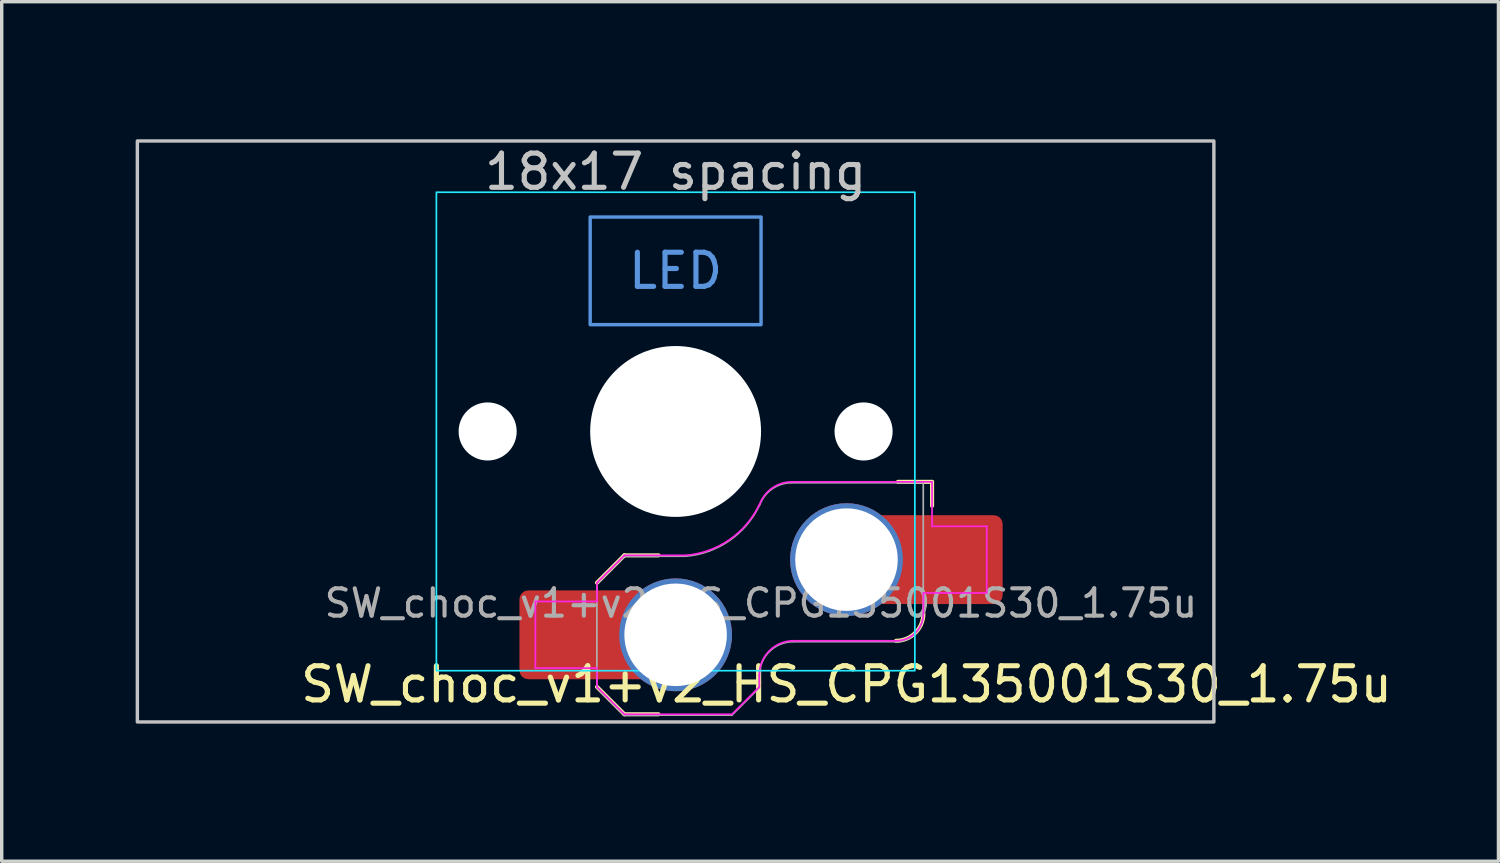
<source format=kicad_pcb>
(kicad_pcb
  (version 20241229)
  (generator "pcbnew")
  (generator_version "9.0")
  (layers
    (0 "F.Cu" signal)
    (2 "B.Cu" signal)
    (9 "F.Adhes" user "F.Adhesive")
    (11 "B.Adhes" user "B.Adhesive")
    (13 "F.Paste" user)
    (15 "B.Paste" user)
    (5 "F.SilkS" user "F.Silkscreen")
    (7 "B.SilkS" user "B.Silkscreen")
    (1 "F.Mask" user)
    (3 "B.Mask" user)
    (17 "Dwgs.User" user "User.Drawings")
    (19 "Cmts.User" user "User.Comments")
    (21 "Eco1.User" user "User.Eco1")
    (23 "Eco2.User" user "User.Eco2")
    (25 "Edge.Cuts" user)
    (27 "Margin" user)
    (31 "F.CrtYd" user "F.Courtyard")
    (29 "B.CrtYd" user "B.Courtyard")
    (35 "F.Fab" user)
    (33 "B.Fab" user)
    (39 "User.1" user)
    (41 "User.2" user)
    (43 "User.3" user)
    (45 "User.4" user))
  (footprint "SW_choc_v1+v2_HS_CPG135001S30_1.75u"
    (layer "F.Cu")
    (at 16.719 9.575)
    (property "Reference" "SW_choc_v1+v2_HS_CPG135001S30_1.75u" (at 5 7.4 180) (layer "F.SilkS") (effects (font (size 1 1) (thickness 0.15))))
    (attr smd)
    (fp_line (start -2.3 7.475) (end -1.5 8.275) (stroke (width 0.12) (type solid)) (layer "F.SilkS"))
    (fp_line (start -1.5 3.625) (end -2.3 4.425) (stroke (width 0.12) (type solid)) (layer "F.SilkS"))
    (fp_line (start -1.5 3.625) (end -0.5 3.625) (stroke (width 0.12) (type solid)) (layer "F.SilkS"))
    (fp_line (start -1.5 8.275) (end -0.5 8.275) (stroke (width 0.12) (type solid)) (layer "F.SilkS"))
    (fp_line (start 7.504 1.475) (end 6.504 1.475) (stroke (width 0.12) (type solid)) (layer "F.SilkS"))
    (fp_line (start 7.504 1.475) (end 7.504 2.175) (stroke (width 0.12) (type solid)) (layer "F.SilkS"))
    (fp_arc (start 7.25 5.325) (mid 7.015685 5.890685) (end 6.45 6.125) (stroke (width 0.12) (type solid)) (layer "F.SilkS"))
    (fp_rect (start -15.75 -8.5) (end 15.75 8.5) (stroke (width 0.1) (type default)) (fill no) (layer "Dwgs.User"))
    (fp_rect (start -2.5 -6.275) (end 2.5 -3.125) (stroke (width 0.1) (type default)) (fill no) (layer "Cmts.User"))
    (fp_rect (start -16.669 -9.525) (end 16.669 9.525) (stroke (width 0.1) (type default)) (fill no) (layer "Eco1.User"))
    (fp_line (start -6.95 -6.45) (end -6.95 6.45) (stroke (width 0.05) (type solid)) (layer "Eco2.User"))
    (fp_line (start -6.45 6.95) (end 6.45 6.95) (stroke (width 0.05) (type solid)) (layer "Eco2.User"))
    (fp_line (start 6.45 -6.95) (end -6.45 -6.95) (stroke (width 0.05) (type solid)) (layer "Eco2.User"))
    (fp_line (start 6.95 6.45) (end 6.95 -6.45) (stroke (width 0.05) (type solid)) (layer "Eco2.User"))
    (fp_arc (start -6.95 -6.45) (mid -6.803553 -6.803553) (end -6.45 -6.95) (stroke (width 0.05) (type solid)) (layer "Eco2.User"))
    (fp_arc (start -6.45 6.95) (mid -6.803553 6.803553) (end -6.95 6.45) (stroke (width 0.05) (type solid)) (layer "Eco2.User"))
    (fp_arc (start 6.45 -6.95) (mid 6.803553 -6.803553) (end 6.95 -6.45) (stroke (width 0.05) (type solid)) (layer "Eco2.User"))
    (fp_arc (start 6.95 6.45) (mid 6.803553 6.803553) (end 6.45 6.95) (stroke (width 0.05) (type solid)) (layer "Eco2.User"))
    (fp_rect (start -7 -7) (end 7 7) (stroke (width 0.05) (type default)) (fill no) (layer "B.CrtYd"))
    (fp_line (start -4.104 4.975) (end -4.104 6.925) (stroke (width 0.05) (type solid)) (layer "F.CrtYd"))
    (fp_line (start -4.104 4.975) (end -2.3 4.975) (stroke (width 0.05) (type solid)) (layer "F.CrtYd"))
    (fp_line (start -4.104 6.925) (end -2.3 6.925) (stroke (width 0.05) (type solid)) (layer "F.CrtYd"))
    (fp_line (start -2.3 4.975) (end -2.3 4.425) (stroke (width 0.05) (type solid)) (layer "F.CrtYd"))
    (fp_line (start -2.3 7.475) (end -2.3 6.925) (stroke (width 0.05) (type solid)) (layer "F.CrtYd"))
    (fp_line (start -2.3 7.475) (end -1.5 8.275) (stroke (width 0.05) (type solid)) (layer "F.CrtYd"))
    (fp_line (start -1.5 3.625) (end -2.3 4.425) (stroke (width 0.05) (type solid)) (layer "F.CrtYd"))
    (fp_line (start -1.5 3.625) (end 0.3 3.625) (stroke (width 0.05) (type solid)) (layer "F.CrtYd"))
    (fp_line (start -1.5 8.275) (end 1.65 8.275) (stroke (width 0.05) (type solid)) (layer "F.CrtYd"))
    (fp_line (start 2.45 7.475) (end 1.65 8.275) (stroke (width 0.05) (type solid)) (layer "F.CrtYd"))
    (fp_line (start 2.45 7.475) (end 2.45 7.125) (stroke (width 0.05) (type solid)) (layer "F.CrtYd"))
    (fp_line (start 3.45 6.125) (end 6.45 6.125) (stroke (width 0.05) (type solid)) (layer "F.CrtYd"))
    (fp_line (start 7.25 4.725) (end 9.104 4.725) (stroke (width 0.05) (type solid)) (layer "F.CrtYd"))
    (fp_line (start 7.25 5.325) (end 7.25 4.725) (stroke (width 0.05) (type solid)) (layer "F.CrtYd"))
    (fp_line (start 7.504 1.475) (end 3.4 1.475) (stroke (width 0.05) (type solid)) (layer "F.CrtYd"))
    (fp_line (start 7.504 1.475) (end 7.504 2.175) (stroke (width 0.05) (type solid)) (layer "F.CrtYd"))
    (fp_line (start 7.504 2.175) (end 7.504 2.775) (stroke (width 0.05) (type solid)) (layer "F.CrtYd"))
    (fp_line (start 9.104 2.775) (end 7.504 2.775) (stroke (width 0.05) (type solid)) (layer "F.CrtYd"))
    (fp_line (start 9.104 4.725) (end 9.104 2.775) (stroke (width 0.05) (type solid)) (layer "F.CrtYd"))
    (fp_arc (start 2.45 7.125) (mid 2.742893 6.417893) (end 3.45 6.125) (stroke (width 0.05) (type solid)) (layer "F.CrtYd"))
    (fp_arc (start 2.455444 2.13293) (mid 1.577272 3.167235) (end 0.299999 3.624999) (stroke (width 0.05) (type solid)) (layer "F.CrtYd"))
    (fp_arc (start 2.460307 2.13298) (mid 2.826423 1.655848) (end 3.4 1.475) (stroke (width 0.05) (type solid)) (layer "F.CrtYd"))
    (fp_arc (start 7.25 5.325) (mid 7.015685 5.890685) (end 6.45 6.125) (stroke (width 0.05) (type solid)) (layer "F.CrtYd"))
    (fp_line (start -2.304 7.5) (end -2.304 4.45) (stroke (width 0.05) (type solid)) (layer "F.Fab"))
    (fp_line (start -2.304 7.5) (end -1.504 8.3) (stroke (width 0.05) (type solid)) (layer "F.Fab"))
    (fp_line (start -1.504 3.65) (end -2.304 4.45) (stroke (width 0.05) (type solid)) (layer "F.Fab"))
    (fp_line (start -1.504 3.65) (end 0.296 3.65) (stroke (width 0.05) (type solid)) (layer "F.Fab"))
    (fp_line (start -1.504 8.3) (end 1.646 8.3) (stroke (width 0.05) (type solid)) (layer "F.Fab"))
    (fp_line (start 2.446 7.5) (end 1.646 8.3) (stroke (width 0.05) (type solid)) (layer "F.Fab"))
    (fp_line (start 2.446 7.5) (end 2.446 7.15) (stroke (width 0.05) (type solid)) (layer "F.Fab"))
    (fp_line (start 3.446 6.15) (end 6.446 6.15) (stroke (width 0.05) (type solid)) (layer "F.Fab"))
    (fp_line (start 7.246 1.5) (end 3.396 1.5) (stroke (width 0.05) (type solid)) (layer "F.Fab"))
    (fp_line (start 7.246 5.35) (end 7.246 1.5) (stroke (width 0.05) (type solid)) (layer "F.Fab"))
    (fp_arc (start 2.446 7.15) (mid 2.738893 6.442893) (end 3.446 6.15) (stroke (width 0.05) (type solid)) (layer "F.Fab"))
    (fp_arc (start 2.451444 2.15793) (mid 1.573272 3.192235) (end 0.295999 3.649999) (stroke (width 0.05) (type solid)) (layer "F.Fab"))
    (fp_arc (start 2.456307 2.15798) (mid 2.822423 1.680848) (end 3.396 1.5) (stroke (width 0.05) (type solid)) (layer "F.Fab"))
    (fp_arc (start 7.246 5.35) (mid 7.011685 5.915685) (end 6.446 6.15) (stroke (width 0.05) (type solid)) (layer "F.Fab"))
    (fp_text user "18x17 spacing" (at 0 -7.6 180) (layer "Dwgs.User") (effects (font (size 1 1) (thickness 0.15))))
    (fp_text user "LED" (at 0 -4.7 0) (unlocked yes) (layer "Cmts.User") (effects (font (size 1 1) (thickness 0.15))))
    (fp_text user "19.05 spacing" (at 0 -8.7 180) (layer "Eco1.User") (effects (font (size 1 1) (thickness 0.15))))
    (fp_text user "${REFERENCE}" (at 2.496 5.025 0) (layer "F.Fab") (effects (font (size 0.8 0.8) (thickness 0.12))))
    (pad "" np_thru_hole circle (at -5.5 0 180) (size 1.7 1.7) (drill 1.7) (layers "*.Cu" "*.Mask"))
    (pad "" np_thru_hole circle (at 0 0 180) (size 5 5) (drill 5) (layers "*.Cu" "*.Mask"))
    (pad "" np_thru_hole circle (at 5.5 0 180) (size 1.7 1.7) (drill 1.7) (layers "*.Cu" "*.Mask"))
    (pad "1" thru_hole circle (at 5 3.75) (size 3.3 3.3) (drill 3) (layers "*.Cu" "F.Mask"))
    (pad "1" smd rect (at 6.55 3.75) (size 1.2 2.6) (layers "F.Cu"))
    (pad "1" smd roundrect (at 8.245 3.75) (size 2.65 2.6) (layers "F.Cu" "F.Mask" "F.Paste") (roundrect_rratio 0.1))
    (pad "2" smd roundrect (at -3.245 5.95) (size 2.65 2.6) (layers "F.Cu" "F.Mask" "F.Paste") (roundrect_rratio 0.1))
    (pad "2" smd rect (at -1.55 5.95 180) (size 1.2 2.6) (layers "F.Cu"))
    (pad "2" thru_hole circle (at 0 5.95) (size 3.3 3.3) (drill 3) (layers "*.Cu" "F.Mask")))
  (gr_rect
    (start -3 -3)
    (end 40.796 22.15)
    (stroke (width 0.1) (type default))
    (fill no)
    (layer "Edge.Cuts")))
</source>
